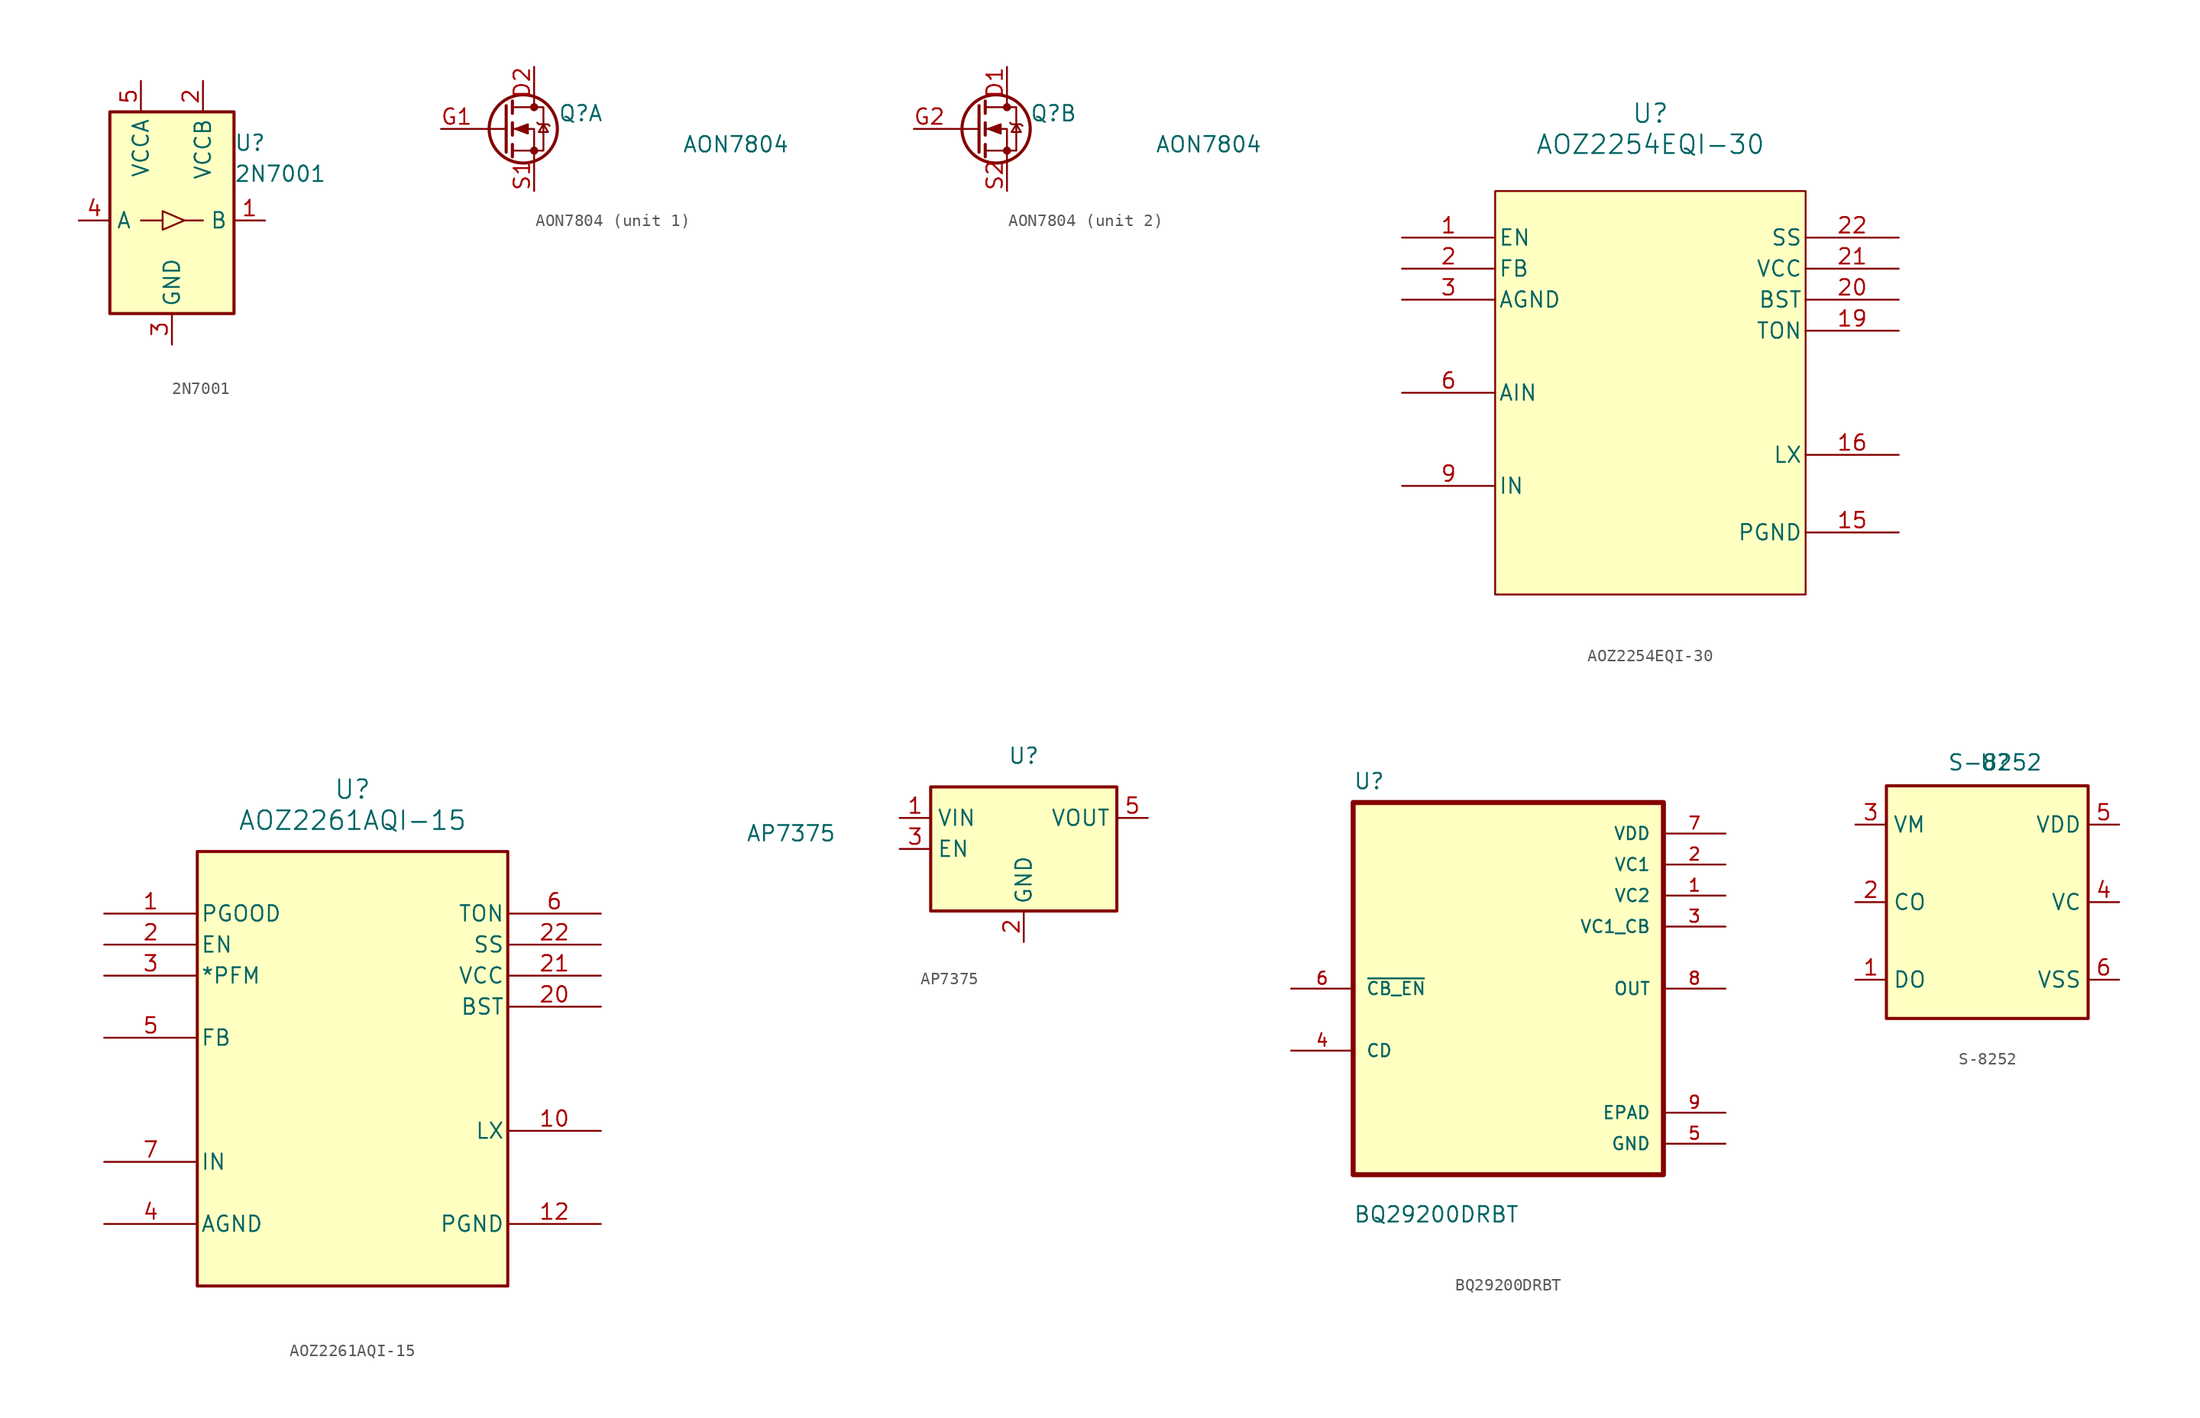
<source format=kicad_sym>
(kicad_symbol_lib
  (version 20220914)
  (generator kicad_symbol_editor)
  (symbol "2N7001"
    (property "Reference" "U"
      (at 5.08 6.35 0)
      (effects (font (size 1.27 1.27)) (justify left)))
    (property "Value" "2N7001"
      (at 5.08 3.81 0)
      (effects (font (size 1.27 1.27)) (justify left)))
    (symbol "2N7001_0_1"
      (rectangle (start -5.08 8.89) (end 5.08 -7.62) (stroke (width 0.254) (type default)) (fill (type background)))
      (polyline (pts (xy -0.762 0) (xy -2.54 0)) (stroke (width 0) (type default)) (fill (type none)))
      (polyline (pts (xy 1.016 0) (xy 2.54 0)) (stroke (width 0) (type default)) (fill (type none))))
    (symbol "2N7001_1_1"
      (polyline (pts (xy -0.762 -0.762) (xy -0.762 0.762) (xy 1.016 0) (xy -0.762 -0.762)) (stroke (width 0) (type default)) (fill (type none)))
      (pin output line (at 7.62 0 180) (length 2.54) (name "B" (effects (font (size 1.27 1.27)))) (number "1" (effects (font (size 1.27 1.27)))))
      (pin power_in line (at 2.54 11.43 270) (length 2.54) (name "VCCB" (effects (font (size 1.27 1.27)))) (number "2" (effects (font (size 1.27 1.27)))))
      (pin power_in line (at 0 -10.16 90) (length 2.54) (name "GND" (effects (font (size 1.27 1.27)))) (number "3" (effects (font (size 1.27 1.27)))))
      (pin input line (at -7.62 0 0) (length 2.54) (name "A" (effects (font (size 1.27 1.27)))) (number "4" (effects (font (size 1.27 1.27)))))
      (pin power_in line (at -2.54 11.43 270) (length 2.54) (name "VCCA" (effects (font (size 1.27 1.27)))) (number "5" (effects (font (size 1.27 1.27)))))))
  (symbol "AON7804"
    (pin_names
      (offset 0) hide)
    (property "Reference" "Q"
      (at 6.35 1.27 0)
      (effects (font (size 1.27 1.27))))
    (property "Value" "AON7804"
      (at 19.05 -1.27 0)
      (effects (font (size 1.27 1.27))))
    (symbol "AON7804_0_1"
      (polyline (pts (xy 0.254 0) (xy -2.54 0)) (stroke (width 0) (type default)) (fill (type none)))
      (polyline (pts (xy 0.254 1.905) (xy 0.254 -1.905)) (stroke (width 0.254) (type default)) (fill (type none)))
      (polyline (pts (xy 0.762 -1.27) (xy 0.762 -2.286)) (stroke (width 0.254) (type default)) (fill (type none)))
      (polyline (pts (xy 0.762 0.508) (xy 0.762 -0.508)) (stroke (width 0.254) (type default)) (fill (type none)))
      (polyline (pts (xy 0.762 2.286) (xy 0.762 1.27)) (stroke (width 0.254) (type default)) (fill (type none)))
      (polyline (pts (xy 2.54 2.54) (xy 2.54 1.778)) (stroke (width 0) (type default)) (fill (type none)))
      (polyline (pts (xy 2.54 -2.54) (xy 2.54 0) (xy 0.762 0)) (stroke (width 0) (type default)) (fill (type none)))
      (polyline (pts (xy 0.762 -1.778) (xy 3.302 -1.778) (xy 3.302 1.778) (xy 0.762 1.778)) (stroke (width 0) (type default)) (fill (type none)))
      (polyline (pts (xy 1.016 0) (xy 2.032 0.381) (xy 2.032 -0.381) (xy 1.016 0)) (stroke (width 0) (type default)) (fill (type outline)))
      (polyline (pts (xy 2.794 0.508) (xy 2.921 0.381) (xy 3.683 0.381) (xy 3.81 0.254)) (stroke (width 0) (type default)) (fill (type none)))
      (polyline (pts (xy 3.302 0.381) (xy 2.921 -0.254) (xy 3.683 -0.254) (xy 3.302 0.381)) (stroke (width 0) (type default)) (fill (type none)))
      (circle (center 1.651 0) (radius 2.794) (stroke (width 0.254) (type default)) (fill (type none)))
      (circle (center 2.54 -1.778) (radius 0.254) (stroke (width 0) (type default)) (fill (type outline)))
      (circle (center 2.54 1.778) (radius 0.254) (stroke (width 0) (type default)) (fill (type outline))))
    (symbol "AON7804_1_1"
      (pin passive line (at 2.54 5.08 270) (length 2.54) (name "D" (effects (font (size 1.27 1.27)))) (number "D2" (effects (font (size 1.27 1.27)))))
      (pin input line (at -5.08 0 0) (length 2.54) (name "G" (effects (font (size 1.27 1.27)))) (number "G1" (effects (font (size 1.27 1.27)))))
      (pin passive line (at 2.54 -5.08 90) (length 2.54) (name "S" (effects (font (size 1.27 1.27)))) (number "S1" (effects (font (size 1.27 1.27))))))
    (symbol "AON7804_2_1"
      (pin passive line (at 2.54 5.08 270) (length 2.54) (name "D" (effects (font (size 1.27 1.27)))) (number "D1" (effects (font (size 1.27 1.27)))))
      (pin input line (at -5.08 0 0) (length 2.54) (name "G" (effects (font (size 1.27 1.27)))) (number "G2" (effects (font (size 1.27 1.27)))))
      (pin passive line (at 2.54 -5.08 90) (length 2.54) (name "S" (effects (font (size 1.27 1.27)))) (number "S2" (effects (font (size 1.27 1.27)))))))
  (symbol "AOZ2254EQI-30"
    (pin_names
      (offset 0.254))
    (property "Reference" "U"
      (at 20.32 10.16 0)
      (effects (font (size 1.524 1.524))))
    (property "Value" "AOZ2254EQI-30"
      (at 20.32 7.62 0)
      (effects (font (size 1.524 1.524))))
    (symbol "AOZ2254EQI-30_0_1"
      (pin input line (at 0 0 0) (length 7.62) (name "EN" (effects (font (size 1.27 1.27)))) (number "1" (effects (font (size 1.27 1.27)))))
      (pin power_out line (at 40.64 -24.13 180) (length 7.62) (name "PGND" (effects (font (size 1.27 1.27)))) (number "15" (effects (font (size 1.27 1.27)))))
      (pin unspecified line (at 40.64 -17.78 180) (length 7.62) (name "LX" (effects (font (size 1.27 1.27)))) (number "16" (effects (font (size 1.27 1.27)))))
      (pin input line (at 40.64 -7.62 180) (length 7.62) (name "TON" (effects (font (size 1.27 1.27)))) (number "19" (effects (font (size 1.27 1.27)))))
      (pin input line (at 0 -2.54 0) (length 7.62) (name "FB" (effects (font (size 1.27 1.27)))) (number "2" (effects (font (size 1.27 1.27)))))
      (pin power_in line (at 40.64 -5.08 180) (length 7.62) (name "BST" (effects (font (size 1.27 1.27)))) (number "20" (effects (font (size 1.27 1.27)))))
      (pin power_in line (at 40.64 -2.54 180) (length 7.62) (name "VCC" (effects (font (size 1.27 1.27)))) (number "21" (effects (font (size 1.27 1.27)))))
      (pin unspecified line (at 40.64 0 180) (length 7.62) (name "SS" (effects (font (size 1.27 1.27)))) (number "22" (effects (font (size 1.27 1.27)))))
      (pin power_out line (at 0 -5.08 0) (length 7.62) (name "AGND" (effects (font (size 1.27 1.27)))) (number "3" (effects (font (size 1.27 1.27)))))
      (pin unspecified line (at 0 -12.7 0) (length 7.62) (name "AIN" (effects (font (size 1.27 1.27)))) (number "6" (effects (font (size 1.27 1.27)))))
      (pin power_in line (at 0 -20.32 0) (length 7.62) (name "IN" (effects (font (size 1.27 1.27)))) (number "9" (effects (font (size 1.27 1.27))))))
    (symbol "AOZ2254EQI-30_1_1"
      (rectangle (start 7.62 3.81) (end 33.02 -29.21) (stroke (width 0) (type default)) (fill (type background)))
      (pin unspecified line (at 40.64 -17.78 180) (length 7.62) hide (name "LX" (effects (font (size 1.27 1.27)))) (number "10" (effects (font (size 1.27 1.27)))))
      (pin unspecified line (at 40.64 -17.78 180) (length 7.62) hide (name "LX" (effects (font (size 1.27 1.27)))) (number "11" (effects (font (size 1.27 1.27)))))
      (pin power_out line (at 40.64 -24.13 180) (length 7.62) hide (name "PGND" (effects (font (size 1.27 1.27)))) (number "12" (effects (font (size 1.27 1.27)))))
      (pin power_out line (at 40.64 -24.13 180) (length 7.62) hide (name "PGND" (effects (font (size 1.27 1.27)))) (number "13" (effects (font (size 1.27 1.27)))))
      (pin power_out line (at 40.64 -24.13 180) (length 7.62) hide (name "PGND" (effects (font (size 1.27 1.27)))) (number "14" (effects (font (size 1.27 1.27)))))
      (pin unspecified line (at 40.64 -17.78 180) (length 7.62) hide (name "LX" (effects (font (size 1.27 1.27)))) (number "17" (effects (font (size 1.27 1.27)))))
      (pin unspecified line (at 40.64 -17.78 180) (length 7.62) hide (name "LX" (effects (font (size 1.27 1.27)))) (number "18" (effects (font (size 1.27 1.27)))))
      (pin no_connect line (at 0 -7.62 0) (length 7.62) hide (name "NC" (effects (font (size 1.27 1.27)))) (number "4" (effects (font (size 1.27 1.27)))))
      (pin no_connect line (at 0 -10.16 0) (length 7.62) hide (name "NC" (effects (font (size 1.27 1.27)))) (number "5" (effects (font (size 1.27 1.27)))))
      (pin power_in line (at 0 -20.32 0) (length 7.62) hide (name "IN" (effects (font (size 1.27 1.27)))) (number "7" (effects (font (size 1.27 1.27)))))
      (pin power_in line (at 0 -20.32 0) (length 7.62) hide (name "IN" (effects (font (size 1.27 1.27)))) (number "8" (effects (font (size 1.27 1.27)))))))
  (symbol "AOZ2261AQI-15"
    (pin_names
      (offset 0.254))
    (property "Reference" "U"
      (at 20.32 10.16 0)
      (effects (font (size 1.524 1.524))))
    (property "Value" "AOZ2261AQI-15"
      (at 20.32 7.62 0)
      (effects (font (size 1.524 1.524))))
    (symbol "AOZ2261AQI-15_0_1"
      (pin output line (at 0 0 0) (length 7.62) (name "PGOOD" (effects (font (size 1.27 1.27)))) (number "1" (effects (font (size 1.27 1.27)))))
      (pin power_out line (at 40.64 -25.4 180) (length 7.62) (name "PGND" (effects (font (size 1.27 1.27)))) (number "12" (effects (font (size 1.27 1.27)))))
      (pin input line (at 0 -2.54 0) (length 7.62) (name "EN" (effects (font (size 1.27 1.27)))) (number "2" (effects (font (size 1.27 1.27)))))
      (pin power_in line (at 40.64 -7.62 180) (length 7.62) (name "BST" (effects (font (size 1.27 1.27)))) (number "20" (effects (font (size 1.27 1.27)))))
      (pin power_in line (at 40.64 -5.08 180) (length 7.62) (name "VCC" (effects (font (size 1.27 1.27)))) (number "21" (effects (font (size 1.27 1.27)))))
      (pin input line (at 40.64 -2.54 180) (length 7.62) (name "SS" (effects (font (size 1.27 1.27)))) (number "22" (effects (font (size 1.27 1.27)))))
      (pin input line (at 0 -5.08 0) (length 7.62) (name "*PFM" (effects (font (size 1.27 1.27)))) (number "3" (effects (font (size 1.27 1.27)))))
      (pin power_out line (at 0 -25.4 0) (length 7.62) (name "AGND" (effects (font (size 1.27 1.27)))) (number "4" (effects (font (size 1.27 1.27)))))
      (pin input line (at 0 -10.16 0) (length 7.62) (name "FB" (effects (font (size 1.27 1.27)))) (number "5" (effects (font (size 1.27 1.27)))))
      (pin input line (at 40.64 0 180) (length 7.62) (name "TON" (effects (font (size 1.27 1.27)))) (number "6" (effects (font (size 1.27 1.27)))))
      (pin power_in line (at 0 -20.32 0) (length 7.62) (name "IN" (effects (font (size 1.27 1.27)))) (number "7" (effects (font (size 1.27 1.27))))))
    (symbol "AOZ2261AQI-15_1_1"
      (rectangle (start 7.62 5.08) (end 33.02 -30.48) (stroke (width 0.25) (type default)) (fill (type background)))
      (pin power_in line (at 40.64 -17.78 180) (length 7.62) (name "LX" (effects (font (size 1.27 1.27)))) (number "10" (effects (font (size 1.27 1.27)))))
      (pin power_in line (at 40.64 -17.78 180) (length 7.62) hide (name "LX" (effects (font (size 1.27 1.27)))) (number "11" (effects (font (size 1.27 1.27)))))
      (pin power_out line (at 40.64 -25.4 180) (length 7.62) hide (name "PGND" (effects (font (size 1.27 1.27)))) (number "13" (effects (font (size 1.27 1.27)))))
      (pin power_out line (at 40.64 -25.4 180) (length 7.62) hide (name "PGND" (effects (font (size 1.27 1.27)))) (number "14" (effects (font (size 1.27 1.27)))))
      (pin power_out line (at 40.64 -25.4 180) (length 7.62) hide (name "PGND" (effects (font (size 1.27 1.27)))) (number "15" (effects (font (size 1.27 1.27)))))
      (pin power_in line (at 40.64 -17.78 180) (length 7.62) hide (name "LX" (effects (font (size 1.27 1.27)))) (number "16" (effects (font (size 1.27 1.27)))))
      (pin power_in line (at 40.64 -17.78 180) (length 7.62) hide (name "LX" (effects (font (size 1.27 1.27)))) (number "17" (effects (font (size 1.27 1.27)))))
      (pin power_in line (at 40.64 -17.78 180) (length 7.62) hide (name "LX" (effects (font (size 1.27 1.27)))) (number "18" (effects (font (size 1.27 1.27)))))
      (pin power_out line (at 40.64 -25.4 180) (length 7.62) hide (name "PGND" (effects (font (size 1.27 1.27)))) (number "19" (effects (font (size 1.27 1.27)))))
      (pin power_in line (at 40.64 -17.78 180) (length 7.62) hide (name "LX" (effects (font (size 1.27 1.27)))) (number "23" (effects (font (size 1.27 1.27)))))
      (pin power_in line (at 0 -20.32 0) (length 7.62) hide (name "IN" (effects (font (size 1.27 1.27)))) (number "24" (effects (font (size 1.27 1.27)))))
      (pin power_in line (at 0 -20.32 0) (length 7.62) hide (name "IN" (effects (font (size 1.27 1.27)))) (number "8" (effects (font (size 1.27 1.27)))))
      (pin power_in line (at 0 -20.32 0) (length 7.62) hide (name "IN" (effects (font (size 1.27 1.27)))) (number "9" (effects (font (size 1.27 1.27)))))))
  (symbol "AP7375"
    (property "Reference" "U"
      (at 0 6.35 0)
      (effects (font (size 1.27 1.27))))
    (property "Value" "AP7375"
      (at -19.05 0 0)
      (effects (font (size 1.27 1.27))))
    (symbol "AP7375_0_0"
      (pin power_in line (at -10.16 1.27 0) (length 2.54) (name "VIN" (effects (font (size 1.27 1.27)))) (number "1" (effects (font (size 1.27 1.27)))))
      (pin power_in line (at 0 -8.89 90) (length 2.54) (name "GND" (effects (font (size 1.27 1.27)))) (number "2" (effects (font (size 1.27 1.27)))))
      (pin input line (at -10.16 -1.27 0) (length 2.54) (name "EN" (effects (font (size 1.27 1.27)))) (number "3" (effects (font (size 1.27 1.27)))))
      (pin power_out line (at 10.16 1.27 180) (length 2.54) (name "VOUT" (effects (font (size 1.27 1.27)))) (number "5" (effects (font (size 1.27 1.27))))))
    (symbol "AP7375_1_0"
      (pin no_connect line (at -10.16 -3.81 0) (length 2.54) hide (name "NC" (effects (font (size 1.27 1.27)))) (number "4" (effects (font (size 1.27 1.27))))))
    (symbol "AP7375_1_1"
      (rectangle (start -7.62 3.81) (end 7.62 -6.35) (stroke (width 0.254) (type default)) (fill (type background)))))
  (symbol "BQ29200DRBT"
    (pin_names
      (offset 1.016))
    (property "Reference" "U"
      (at -12.7 16.24 0)
      (effects (font (size 1.27 1.27)) (justify left bottom)))
    (property "Value" "BQ29200DRBT"
      (at -12.7 -19.24 0)
      (effects (font (size 1.27 1.27)) (justify left bottom)))
    (symbol "BQ29200DRBT_0_0"
      (rectangle (start -12.7 -15.24) (end 12.7 15.24) (stroke (width 0.41) (type default)) (fill (type background)))
      (pin power_in line (at 17.78 7.62 180) (length 5.08) (name "VC2" (effects (font (size 1.016 1.016)))) (number "1" (effects (font (size 1.016 1.016)))))
      (pin power_in line (at 17.78 10.16 180) (length 5.08) (name "VC1" (effects (font (size 1.016 1.016)))) (number "2" (effects (font (size 1.016 1.016)))))
      (pin power_in line (at 17.78 5.08 180) (length 5.08) (name "VC1_CB" (effects (font (size 1.016 1.016)))) (number "3" (effects (font (size 1.016 1.016)))))
      (pin bidirectional line (at -17.78 -5.08 0) (length 5.08) (name "CD" (effects (font (size 1.016 1.016)))) (number "4" (effects (font (size 1.016 1.016)))))
      (pin power_in line (at 17.78 -12.7 180) (length 5.08) (name "GND" (effects (font (size 1.016 1.016)))) (number "5" (effects (font (size 1.016 1.016)))))
      (pin input line (at -17.78 0 0) (length 5.08) (name "~{CB_EN}" (effects (font (size 1.016 1.016)))) (number "6" (effects (font (size 1.016 1.016)))))
      (pin power_in line (at 17.78 12.7 180) (length 5.08) (name "VDD" (effects (font (size 1.016 1.016)))) (number "7" (effects (font (size 1.016 1.016)))))
      (pin output line (at 17.78 0 180) (length 5.08) (name "OUT" (effects (font (size 1.016 1.016)))) (number "8" (effects (font (size 1.016 1.016)))))
      (pin power_in line (at 17.78 -10.16 180) (length 5.08) (name "EPAD" (effects (font (size 1.016 1.016)))) (number "9" (effects (font (size 1.016 1.016)))))))
  (symbol "S-8252"
    (property "Reference" "U"
      (at 0 8.89 0)
      (effects (font (size 1.27 1.27))))
    (property "Value" "S-8252"
      (at 0 8.89 0)
      (effects (font (size 1.27 1.27))))
    (symbol "S-8252_0_0"
      (pin output line (at -11.43 -8.89 0) (length 2.54) (name "DO" (effects (font (size 1.27 1.27)))) (number "1" (effects (font (size 1.27 1.27)))))
      (pin output line (at -11.43 -2.54 0) (length 2.54) (name "CO" (effects (font (size 1.27 1.27)))) (number "2" (effects (font (size 1.27 1.27)))))
      (pin input line (at -11.43 3.81 0) (length 2.54) (name "VM" (effects (font (size 1.27 1.27)))) (number "3" (effects (font (size 1.27 1.27)))))
      (pin input line (at 10.16 -2.54 180) (length 2.54) (name "VC" (effects (font (size 1.27 1.27)))) (number "4" (effects (font (size 1.27 1.27)))))
      (pin power_in line (at 10.16 3.81 180) (length 2.54) (name "VDD" (effects (font (size 1.27 1.27)))) (number "5" (effects (font (size 1.27 1.27)))))
      (pin power_in line (at 10.16 -8.89 180) (length 2.54) (name "VSS" (effects (font (size 1.27 1.27)))) (number "6" (effects (font (size 1.27 1.27))))))
    (symbol "S-8252_1_1"
      (rectangle (start -8.89 6.985) (end 7.62 -12.065) (stroke (width 0.254) (type default)) (fill (type background))))))
</source>
